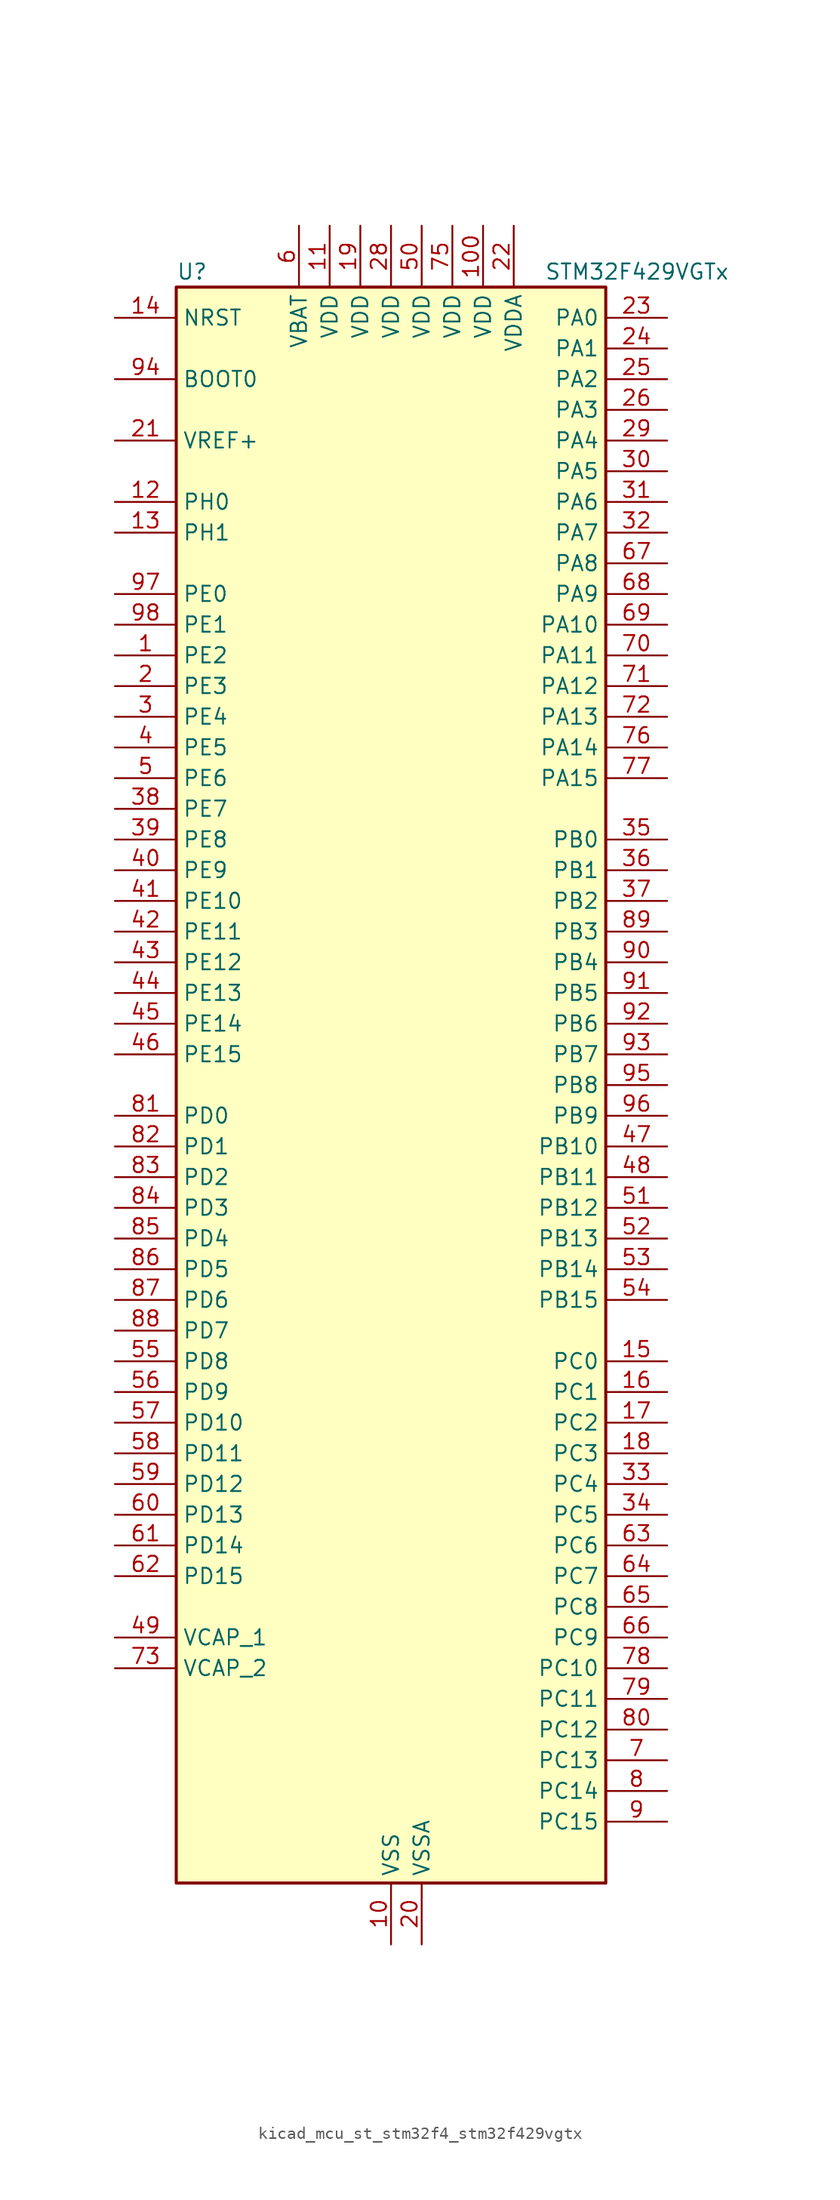
<source format=kicad_sym>
(kicad_symbol_lib
  (version 20220914)
  (generator kicad_symbol_editor)
  (symbol "kicad_mcu_st_stm32f4_stm32f429vgtx"
    (property "Reference" "U"
      (at -17.78 67.31 0)
      (effects (font (size 1.27 1.27)) (justify left)))
    (property "Value" "STM32F429VGTx"
      (at 12.7 67.31 0)
      (effects (font (size 1.27 1.27)) (justify left)))
    (property "ki_locked" ""
      (at 0 0 0)
      (effects (font (size 1.27 1.27))))
    (symbol "kicad_mcu_st_stm32f4_stm32f429vgtx_0_1"
      (rectangle (start -17.78 -66.04) (end 17.78 66.04) (stroke (width 0.254) (type default)) (fill (type background))))
    (symbol "kicad_mcu_st_stm32f4_stm32f429vgtx_1_1"
      (pin bidirectional line (at -22.86 35.56 0) (length 5.08) (name "PE2" (effects (font (size 1.27 1.27)))) (number "1" (effects (font (size 1.27 1.27)))) (alternate "ETH_TXD3" bidirectional line) (alternate "FMC_A23" bidirectional line) (alternate "SAI1_MCLK_A" bidirectional line) (alternate "SPI4_SCK" bidirectional line) (alternate "SYS_TRACECLK" bidirectional line))
      (pin power_in line (at 0 -71.12 90) (length 5.08) (name "VSS" (effects (font (size 1.27 1.27)))) (number "10" (effects (font (size 1.27 1.27)))))
      (pin power_in line (at 7.62 71.12 270) (length 5.08) (name "VDD" (effects (font (size 1.27 1.27)))) (number "100" (effects (font (size 1.27 1.27)))))
      (pin power_in line (at -5.08 71.12 270) (length 5.08) (name "VDD" (effects (font (size 1.27 1.27)))) (number "11" (effects (font (size 1.27 1.27)))))
      (pin bidirectional line (at -22.86 48.26 0) (length 5.08) (name "PH0" (effects (font (size 1.27 1.27)))) (number "12" (effects (font (size 1.27 1.27)))) (alternate "RCC_OSC_IN" bidirectional line))
      (pin bidirectional line (at -22.86 45.72 0) (length 5.08) (name "PH1" (effects (font (size 1.27 1.27)))) (number "13" (effects (font (size 1.27 1.27)))) (alternate "RCC_OSC_OUT" bidirectional line))
      (pin input line (at -22.86 63.5 0) (length 5.08) (name "NRST" (effects (font (size 1.27 1.27)))) (number "14" (effects (font (size 1.27 1.27)))))
      (pin bidirectional line (at 22.86 -22.86 180) (length 5.08) (name "PC0" (effects (font (size 1.27 1.27)))) (number "15" (effects (font (size 1.27 1.27)))) (alternate "ADC1_IN10" bidirectional line) (alternate "ADC2_IN10" bidirectional line) (alternate "ADC3_IN10" bidirectional line) (alternate "USB_OTG_HS_ULPI_STP" bidirectional line))
      (pin bidirectional line (at 22.86 -25.4 180) (length 5.08) (name "PC1" (effects (font (size 1.27 1.27)))) (number "16" (effects (font (size 1.27 1.27)))) (alternate "ADC1_IN11" bidirectional line) (alternate "ADC2_IN11" bidirectional line) (alternate "ADC3_IN11" bidirectional line) (alternate "ETH_MDC" bidirectional line))
      (pin bidirectional line (at 22.86 -27.94 180) (length 5.08) (name "PC2" (effects (font (size 1.27 1.27)))) (number "17" (effects (font (size 1.27 1.27)))) (alternate "ADC1_IN12" bidirectional line) (alternate "ADC2_IN12" bidirectional line) (alternate "ADC3_IN12" bidirectional line) (alternate "ETH_TXD2" bidirectional line) (alternate "I2S2_ext_SD" bidirectional line) (alternate "SPI2_MISO" bidirectional line) (alternate "USB_OTG_HS_ULPI_DIR" bidirectional line))
      (pin bidirectional line (at 22.86 -30.48 180) (length 5.08) (name "PC3" (effects (font (size 1.27 1.27)))) (number "18" (effects (font (size 1.27 1.27)))) (alternate "ADC1_IN13" bidirectional line) (alternate "ADC2_IN13" bidirectional line) (alternate "ADC3_IN13" bidirectional line) (alternate "ETH_TX_CLK" bidirectional line) (alternate "I2S2_SD" bidirectional line) (alternate "SPI2_MOSI" bidirectional line) (alternate "USB_OTG_HS_ULPI_NXT" bidirectional line))
      (pin power_in line (at -2.54 71.12 270) (length 5.08) (name "VDD" (effects (font (size 1.27 1.27)))) (number "19" (effects (font (size 1.27 1.27)))))
      (pin bidirectional line (at -22.86 33.02 0) (length 5.08) (name "PE3" (effects (font (size 1.27 1.27)))) (number "2" (effects (font (size 1.27 1.27)))) (alternate "FMC_A19" bidirectional line) (alternate "SAI1_SD_B" bidirectional line) (alternate "SYS_TRACED0" bidirectional line))
      (pin power_in line (at 2.54 -71.12 90) (length 5.08) (name "VSSA" (effects (font (size 1.27 1.27)))) (number "20" (effects (font (size 1.27 1.27)))))
      (pin input line (at -22.86 53.34 0) (length 5.08) (name "VREF+" (effects (font (size 1.27 1.27)))) (number "21" (effects (font (size 1.27 1.27)))))
      (pin power_in line (at 10.16 71.12 270) (length 5.08) (name "VDDA" (effects (font (size 1.27 1.27)))) (number "22" (effects (font (size 1.27 1.27)))))
      (pin bidirectional line (at 22.86 63.5 180) (length 5.08) (name "PA0" (effects (font (size 1.27 1.27)))) (number "23" (effects (font (size 1.27 1.27)))) (alternate "ADC1_IN0" bidirectional line) (alternate "ADC2_IN0" bidirectional line) (alternate "ADC3_IN0" bidirectional line) (alternate "ETH_CRS" bidirectional line) (alternate "SYS_WKUP" bidirectional line) (alternate "TIM2_CH1" bidirectional line) (alternate "TIM2_ETR" bidirectional line) (alternate "TIM5_CH1" bidirectional line) (alternate "TIM8_ETR" bidirectional line) (alternate "UART4_TX" bidirectional line) (alternate "USART2_CTS" bidirectional line))
      (pin bidirectional line (at 22.86 60.96 180) (length 5.08) (name "PA1" (effects (font (size 1.27 1.27)))) (number "24" (effects (font (size 1.27 1.27)))) (alternate "ADC1_IN1" bidirectional line) (alternate "ADC2_IN1" bidirectional line) (alternate "ADC3_IN1" bidirectional line) (alternate "ETH_REF_CLK" bidirectional line) (alternate "ETH_RX_CLK" bidirectional line) (alternate "TIM2_CH2" bidirectional line) (alternate "TIM5_CH2" bidirectional line) (alternate "UART4_RX" bidirectional line) (alternate "USART2_RTS" bidirectional line))
      (pin bidirectional line (at 22.86 58.42 180) (length 5.08) (name "PA2" (effects (font (size 1.27 1.27)))) (number "25" (effects (font (size 1.27 1.27)))) (alternate "ADC1_IN2" bidirectional line) (alternate "ADC2_IN2" bidirectional line) (alternate "ADC3_IN2" bidirectional line) (alternate "ETH_MDIO" bidirectional line) (alternate "TIM2_CH3" bidirectional line) (alternate "TIM5_CH3" bidirectional line) (alternate "TIM9_CH1" bidirectional line) (alternate "USART2_TX" bidirectional line))
      (pin bidirectional line (at 22.86 55.88 180) (length 5.08) (name "PA3" (effects (font (size 1.27 1.27)))) (number "26" (effects (font (size 1.27 1.27)))) (alternate "ADC1_IN3" bidirectional line) (alternate "ADC2_IN3" bidirectional line) (alternate "ADC3_IN3" bidirectional line) (alternate "ETH_COL" bidirectional line) (alternate "LTDC_B5" bidirectional line) (alternate "TIM2_CH4" bidirectional line) (alternate "TIM5_CH4" bidirectional line) (alternate "TIM9_CH2" bidirectional line) (alternate "USART2_RX" bidirectional line) (alternate "USB_OTG_HS_ULPI_D0" bidirectional line))
      (pin passive line (at 0 -71.12 90) (length 5.08) hide (name "VSS" (effects (font (size 1.27 1.27)))) (number "27" (effects (font (size 1.27 1.27)))))
      (pin power_in line (at 0 71.12 270) (length 5.08) (name "VDD" (effects (font (size 1.27 1.27)))) (number "28" (effects (font (size 1.27 1.27)))))
      (pin bidirectional line (at 22.86 53.34 180) (length 5.08) (name "PA4" (effects (font (size 1.27 1.27)))) (number "29" (effects (font (size 1.27 1.27)))) (alternate "ADC1_IN4" bidirectional line) (alternate "ADC2_IN4" bidirectional line) (alternate "DAC_OUT1" bidirectional line) (alternate "DCMI_HSYNC" bidirectional line) (alternate "I2S3_WS" bidirectional line) (alternate "LTDC_VSYNC" bidirectional line) (alternate "SPI1_NSS" bidirectional line) (alternate "SPI3_NSS" bidirectional line) (alternate "USART2_CK" bidirectional line) (alternate "USB_OTG_HS_SOF" bidirectional line))
      (pin bidirectional line (at -22.86 30.48 0) (length 5.08) (name "PE4" (effects (font (size 1.27 1.27)))) (number "3" (effects (font (size 1.27 1.27)))) (alternate "DCMI_D4" bidirectional line) (alternate "FMC_A20" bidirectional line) (alternate "LTDC_B0" bidirectional line) (alternate "SAI1_FS_A" bidirectional line) (alternate "SPI4_NSS" bidirectional line) (alternate "SYS_TRACED1" bidirectional line))
      (pin bidirectional line (at 22.86 50.8 180) (length 5.08) (name "PA5" (effects (font (size 1.27 1.27)))) (number "30" (effects (font (size 1.27 1.27)))) (alternate "ADC1_IN5" bidirectional line) (alternate "ADC2_IN5" bidirectional line) (alternate "DAC_OUT2" bidirectional line) (alternate "SPI1_SCK" bidirectional line) (alternate "TIM2_CH1" bidirectional line) (alternate "TIM2_ETR" bidirectional line) (alternate "TIM8_CH1N" bidirectional line) (alternate "USB_OTG_HS_ULPI_CK" bidirectional line))
      (pin bidirectional line (at 22.86 48.26 180) (length 5.08) (name "PA6" (effects (font (size 1.27 1.27)))) (number "31" (effects (font (size 1.27 1.27)))) (alternate "ADC1_IN6" bidirectional line) (alternate "ADC2_IN6" bidirectional line) (alternate "DCMI_PIXCLK" bidirectional line) (alternate "LTDC_G2" bidirectional line) (alternate "SPI1_MISO" bidirectional line) (alternate "TIM13_CH1" bidirectional line) (alternate "TIM1_BKIN" bidirectional line) (alternate "TIM3_CH1" bidirectional line) (alternate "TIM8_BKIN" bidirectional line))
      (pin bidirectional line (at 22.86 45.72 180) (length 5.08) (name "PA7" (effects (font (size 1.27 1.27)))) (number "32" (effects (font (size 1.27 1.27)))) (alternate "ADC1_IN7" bidirectional line) (alternate "ADC2_IN7" bidirectional line) (alternate "ETH_CRS_DV" bidirectional line) (alternate "ETH_RX_DV" bidirectional line) (alternate "SPI1_MOSI" bidirectional line) (alternate "TIM14_CH1" bidirectional line) (alternate "TIM1_CH1N" bidirectional line) (alternate "TIM3_CH2" bidirectional line) (alternate "TIM8_CH1N" bidirectional line))
      (pin bidirectional line (at 22.86 -33.02 180) (length 5.08) (name "PC4" (effects (font (size 1.27 1.27)))) (number "33" (effects (font (size 1.27 1.27)))) (alternate "ADC1_IN14" bidirectional line) (alternate "ADC2_IN14" bidirectional line) (alternate "ETH_RXD0" bidirectional line))
      (pin bidirectional line (at 22.86 -35.56 180) (length 5.08) (name "PC5" (effects (font (size 1.27 1.27)))) (number "34" (effects (font (size 1.27 1.27)))) (alternate "ADC1_IN15" bidirectional line) (alternate "ADC2_IN15" bidirectional line) (alternate "ETH_RXD1" bidirectional line))
      (pin bidirectional line (at 22.86 20.32 180) (length 5.08) (name "PB0" (effects (font (size 1.27 1.27)))) (number "35" (effects (font (size 1.27 1.27)))) (alternate "ADC1_IN8" bidirectional line) (alternate "ADC2_IN8" bidirectional line) (alternate "ETH_RXD2" bidirectional line) (alternate "LTDC_R3" bidirectional line) (alternate "TIM1_CH2N" bidirectional line) (alternate "TIM3_CH3" bidirectional line) (alternate "TIM8_CH2N" bidirectional line) (alternate "USB_OTG_HS_ULPI_D1" bidirectional line))
      (pin bidirectional line (at 22.86 17.78 180) (length 5.08) (name "PB1" (effects (font (size 1.27 1.27)))) (number "36" (effects (font (size 1.27 1.27)))) (alternate "ADC1_IN9" bidirectional line) (alternate "ADC2_IN9" bidirectional line) (alternate "ETH_RXD3" bidirectional line) (alternate "LTDC_R6" bidirectional line) (alternate "TIM1_CH3N" bidirectional line) (alternate "TIM3_CH4" bidirectional line) (alternate "TIM8_CH3N" bidirectional line) (alternate "USB_OTG_HS_ULPI_D2" bidirectional line))
      (pin bidirectional line (at 22.86 15.24 180) (length 5.08) (name "PB2" (effects (font (size 1.27 1.27)))) (number "37" (effects (font (size 1.27 1.27)))))
      (pin bidirectional line (at -22.86 22.86 0) (length 5.08) (name "PE7" (effects (font (size 1.27 1.27)))) (number "38" (effects (font (size 1.27 1.27)))) (alternate "FMC_D4" bidirectional line) (alternate "FMC_DA4" bidirectional line) (alternate "TIM1_ETR" bidirectional line) (alternate "UART7_RX" bidirectional line))
      (pin bidirectional line (at -22.86 20.32 0) (length 5.08) (name "PE8" (effects (font (size 1.27 1.27)))) (number "39" (effects (font (size 1.27 1.27)))) (alternate "FMC_D5" bidirectional line) (alternate "FMC_DA5" bidirectional line) (alternate "TIM1_CH1N" bidirectional line) (alternate "UART7_TX" bidirectional line))
      (pin bidirectional line (at -22.86 27.94 0) (length 5.08) (name "PE5" (effects (font (size 1.27 1.27)))) (number "4" (effects (font (size 1.27 1.27)))) (alternate "DCMI_D6" bidirectional line) (alternate "FMC_A21" bidirectional line) (alternate "LTDC_G0" bidirectional line) (alternate "SAI1_SCK_A" bidirectional line) (alternate "SPI4_MISO" bidirectional line) (alternate "SYS_TRACED2" bidirectional line) (alternate "TIM9_CH1" bidirectional line))
      (pin bidirectional line (at -22.86 17.78 0) (length 5.08) (name "PE9" (effects (font (size 1.27 1.27)))) (number "40" (effects (font (size 1.27 1.27)))) (alternate "DAC_EXTI9" bidirectional line) (alternate "FMC_D6" bidirectional line) (alternate "FMC_DA6" bidirectional line) (alternate "TIM1_CH1" bidirectional line))
      (pin bidirectional line (at -22.86 15.24 0) (length 5.08) (name "PE10" (effects (font (size 1.27 1.27)))) (number "41" (effects (font (size 1.27 1.27)))) (alternate "FMC_D7" bidirectional line) (alternate "FMC_DA7" bidirectional line) (alternate "TIM1_CH2N" bidirectional line))
      (pin bidirectional line (at -22.86 12.7 0) (length 5.08) (name "PE11" (effects (font (size 1.27 1.27)))) (number "42" (effects (font (size 1.27 1.27)))) (alternate "ADC1_EXTI11" bidirectional line) (alternate "ADC2_EXTI11" bidirectional line) (alternate "ADC3_EXTI11" bidirectional line) (alternate "FMC_D8" bidirectional line) (alternate "FMC_DA8" bidirectional line) (alternate "LTDC_G3" bidirectional line) (alternate "SPI4_NSS" bidirectional line) (alternate "TIM1_CH2" bidirectional line))
      (pin bidirectional line (at -22.86 10.16 0) (length 5.08) (name "PE12" (effects (font (size 1.27 1.27)))) (number "43" (effects (font (size 1.27 1.27)))) (alternate "FMC_D9" bidirectional line) (alternate "FMC_DA9" bidirectional line) (alternate "LTDC_B4" bidirectional line) (alternate "SPI4_SCK" bidirectional line) (alternate "TIM1_CH3N" bidirectional line))
      (pin bidirectional line (at -22.86 7.62 0) (length 5.08) (name "PE13" (effects (font (size 1.27 1.27)))) (number "44" (effects (font (size 1.27 1.27)))) (alternate "FMC_D10" bidirectional line) (alternate "FMC_DA10" bidirectional line) (alternate "LTDC_DE" bidirectional line) (alternate "SPI4_MISO" bidirectional line) (alternate "TIM1_CH3" bidirectional line))
      (pin bidirectional line (at -22.86 5.08 0) (length 5.08) (name "PE14" (effects (font (size 1.27 1.27)))) (number "45" (effects (font (size 1.27 1.27)))) (alternate "FMC_D11" bidirectional line) (alternate "FMC_DA11" bidirectional line) (alternate "LTDC_CLK" bidirectional line) (alternate "SPI4_MOSI" bidirectional line) (alternate "TIM1_CH4" bidirectional line))
      (pin bidirectional line (at -22.86 2.54 0) (length 5.08) (name "PE15" (effects (font (size 1.27 1.27)))) (number "46" (effects (font (size 1.27 1.27)))) (alternate "ADC1_EXTI15" bidirectional line) (alternate "ADC2_EXTI15" bidirectional line) (alternate "ADC3_EXTI15" bidirectional line) (alternate "FMC_D12" bidirectional line) (alternate "FMC_DA12" bidirectional line) (alternate "LTDC_R7" bidirectional line) (alternate "TIM1_BKIN" bidirectional line))
      (pin bidirectional line (at 22.86 -5.08 180) (length 5.08) (name "PB10" (effects (font (size 1.27 1.27)))) (number "47" (effects (font (size 1.27 1.27)))) (alternate "ETH_RX_ER" bidirectional line) (alternate "I2C2_SCL" bidirectional line) (alternate "I2S2_CK" bidirectional line) (alternate "LTDC_G4" bidirectional line) (alternate "SPI2_SCK" bidirectional line) (alternate "TIM2_CH3" bidirectional line) (alternate "USART3_TX" bidirectional line) (alternate "USB_OTG_HS_ULPI_D3" bidirectional line))
      (pin bidirectional line (at 22.86 -7.62 180) (length 5.08) (name "PB11" (effects (font (size 1.27 1.27)))) (number "48" (effects (font (size 1.27 1.27)))) (alternate "ADC1_EXTI11" bidirectional line) (alternate "ADC2_EXTI11" bidirectional line) (alternate "ADC3_EXTI11" bidirectional line) (alternate "ETH_TX_EN" bidirectional line) (alternate "I2C2_SDA" bidirectional line) (alternate "LTDC_G5" bidirectional line) (alternate "TIM2_CH4" bidirectional line) (alternate "USART3_RX" bidirectional line) (alternate "USB_OTG_HS_ULPI_D4" bidirectional line))
      (pin power_out line (at -22.86 -45.72 0) (length 5.08) (name "VCAP_1" (effects (font (size 1.27 1.27)))) (number "49" (effects (font (size 1.27 1.27)))))
      (pin bidirectional line (at -22.86 25.4 0) (length 5.08) (name "PE6" (effects (font (size 1.27 1.27)))) (number "5" (effects (font (size 1.27 1.27)))) (alternate "DCMI_D7" bidirectional line) (alternate "FMC_A22" bidirectional line) (alternate "LTDC_G1" bidirectional line) (alternate "SAI1_SD_A" bidirectional line) (alternate "SPI4_MOSI" bidirectional line) (alternate "SYS_TRACED3" bidirectional line) (alternate "TIM9_CH2" bidirectional line))
      (pin power_in line (at 2.54 71.12 270) (length 5.08) (name "VDD" (effects (font (size 1.27 1.27)))) (number "50" (effects (font (size 1.27 1.27)))))
      (pin bidirectional line (at 22.86 -10.16 180) (length 5.08) (name "PB12" (effects (font (size 1.27 1.27)))) (number "51" (effects (font (size 1.27 1.27)))) (alternate "CAN2_RX" bidirectional line) (alternate "ETH_TXD0" bidirectional line) (alternate "I2C2_SMBA" bidirectional line) (alternate "I2S2_WS" bidirectional line) (alternate "SPI2_NSS" bidirectional line) (alternate "TIM1_BKIN" bidirectional line) (alternate "USART3_CK" bidirectional line) (alternate "USB_OTG_HS_ID" bidirectional line) (alternate "USB_OTG_HS_ULPI_D5" bidirectional line))
      (pin bidirectional line (at 22.86 -12.7 180) (length 5.08) (name "PB13" (effects (font (size 1.27 1.27)))) (number "52" (effects (font (size 1.27 1.27)))) (alternate "CAN2_TX" bidirectional line) (alternate "ETH_TXD1" bidirectional line) (alternate "I2S2_CK" bidirectional line) (alternate "SPI2_SCK" bidirectional line) (alternate "TIM1_CH1N" bidirectional line) (alternate "USART3_CTS" bidirectional line) (alternate "USB_OTG_HS_ULPI_D6" bidirectional line) (alternate "USB_OTG_HS_VBUS" bidirectional line))
      (pin bidirectional line (at 22.86 -15.24 180) (length 5.08) (name "PB14" (effects (font (size 1.27 1.27)))) (number "53" (effects (font (size 1.27 1.27)))) (alternate "I2S2_ext_SD" bidirectional line) (alternate "SPI2_MISO" bidirectional line) (alternate "TIM12_CH1" bidirectional line) (alternate "TIM1_CH2N" bidirectional line) (alternate "TIM8_CH2N" bidirectional line) (alternate "USART3_RTS" bidirectional line) (alternate "USB_OTG_HS_DM" bidirectional line))
      (pin bidirectional line (at 22.86 -17.78 180) (length 5.08) (name "PB15" (effects (font (size 1.27 1.27)))) (number "54" (effects (font (size 1.27 1.27)))) (alternate "ADC1_EXTI15" bidirectional line) (alternate "ADC2_EXTI15" bidirectional line) (alternate "ADC3_EXTI15" bidirectional line) (alternate "I2S2_SD" bidirectional line) (alternate "RTC_REFIN" bidirectional line) (alternate "SPI2_MOSI" bidirectional line) (alternate "TIM12_CH2" bidirectional line) (alternate "TIM1_CH3N" bidirectional line) (alternate "TIM8_CH3N" bidirectional line) (alternate "USB_OTG_HS_DP" bidirectional line))
      (pin bidirectional line (at -22.86 -22.86 0) (length 5.08) (name "PD8" (effects (font (size 1.27 1.27)))) (number "55" (effects (font (size 1.27 1.27)))) (alternate "FMC_D13" bidirectional line) (alternate "FMC_DA13" bidirectional line) (alternate "USART3_TX" bidirectional line))
      (pin bidirectional line (at -22.86 -25.4 0) (length 5.08) (name "PD9" (effects (font (size 1.27 1.27)))) (number "56" (effects (font (size 1.27 1.27)))) (alternate "DAC_EXTI9" bidirectional line) (alternate "FMC_D14" bidirectional line) (alternate "FMC_DA14" bidirectional line) (alternate "USART3_RX" bidirectional line))
      (pin bidirectional line (at -22.86 -27.94 0) (length 5.08) (name "PD10" (effects (font (size 1.27 1.27)))) (number "57" (effects (font (size 1.27 1.27)))) (alternate "FMC_D15" bidirectional line) (alternate "FMC_DA15" bidirectional line) (alternate "LTDC_B3" bidirectional line) (alternate "USART3_CK" bidirectional line))
      (pin bidirectional line (at -22.86 -30.48 0) (length 5.08) (name "PD11" (effects (font (size 1.27 1.27)))) (number "58" (effects (font (size 1.27 1.27)))) (alternate "ADC1_EXTI11" bidirectional line) (alternate "ADC2_EXTI11" bidirectional line) (alternate "ADC3_EXTI11" bidirectional line) (alternate "FMC_A16" bidirectional line) (alternate "FMC_CLE" bidirectional line) (alternate "USART3_CTS" bidirectional line))
      (pin bidirectional line (at -22.86 -33.02 0) (length 5.08) (name "PD12" (effects (font (size 1.27 1.27)))) (number "59" (effects (font (size 1.27 1.27)))) (alternate "FMC_A17" bidirectional line) (alternate "FMC_ALE" bidirectional line) (alternate "TIM4_CH1" bidirectional line) (alternate "USART3_RTS" bidirectional line))
      (pin power_in line (at -7.62 71.12 270) (length 5.08) (name "VBAT" (effects (font (size 1.27 1.27)))) (number "6" (effects (font (size 1.27 1.27)))))
      (pin bidirectional line (at -22.86 -35.56 0) (length 5.08) (name "PD13" (effects (font (size 1.27 1.27)))) (number "60" (effects (font (size 1.27 1.27)))) (alternate "FMC_A18" bidirectional line) (alternate "TIM4_CH2" bidirectional line))
      (pin bidirectional line (at -22.86 -38.1 0) (length 5.08) (name "PD14" (effects (font (size 1.27 1.27)))) (number "61" (effects (font (size 1.27 1.27)))) (alternate "FMC_D0" bidirectional line) (alternate "FMC_DA0" bidirectional line) (alternate "TIM4_CH3" bidirectional line))
      (pin bidirectional line (at -22.86 -40.64 0) (length 5.08) (name "PD15" (effects (font (size 1.27 1.27)))) (number "62" (effects (font (size 1.27 1.27)))) (alternate "ADC1_EXTI15" bidirectional line) (alternate "ADC2_EXTI15" bidirectional line) (alternate "ADC3_EXTI15" bidirectional line) (alternate "FMC_D1" bidirectional line) (alternate "FMC_DA1" bidirectional line) (alternate "TIM4_CH4" bidirectional line))
      (pin bidirectional line (at 22.86 -38.1 180) (length 5.08) (name "PC6" (effects (font (size 1.27 1.27)))) (number "63" (effects (font (size 1.27 1.27)))) (alternate "DCMI_D0" bidirectional line) (alternate "I2S2_MCK" bidirectional line) (alternate "LTDC_HSYNC" bidirectional line) (alternate "SDIO_D6" bidirectional line) (alternate "TIM3_CH1" bidirectional line) (alternate "TIM8_CH1" bidirectional line) (alternate "USART6_TX" bidirectional line))
      (pin bidirectional line (at 22.86 -40.64 180) (length 5.08) (name "PC7" (effects (font (size 1.27 1.27)))) (number "64" (effects (font (size 1.27 1.27)))) (alternate "DCMI_D1" bidirectional line) (alternate "I2S3_MCK" bidirectional line) (alternate "LTDC_G6" bidirectional line) (alternate "SDIO_D7" bidirectional line) (alternate "TIM3_CH2" bidirectional line) (alternate "TIM8_CH2" bidirectional line) (alternate "USART6_RX" bidirectional line))
      (pin bidirectional line (at 22.86 -43.18 180) (length 5.08) (name "PC8" (effects (font (size 1.27 1.27)))) (number "65" (effects (font (size 1.27 1.27)))) (alternate "DCMI_D2" bidirectional line) (alternate "SDIO_D0" bidirectional line) (alternate "TIM3_CH3" bidirectional line) (alternate "TIM8_CH3" bidirectional line) (alternate "USART6_CK" bidirectional line))
      (pin bidirectional line (at 22.86 -45.72 180) (length 5.08) (name "PC9" (effects (font (size 1.27 1.27)))) (number "66" (effects (font (size 1.27 1.27)))) (alternate "DAC_EXTI9" bidirectional line) (alternate "DCMI_D3" bidirectional line) (alternate "I2C3_SDA" bidirectional line) (alternate "I2S_CKIN" bidirectional line) (alternate "RCC_MCO_2" bidirectional line) (alternate "SDIO_D1" bidirectional line) (alternate "TIM3_CH4" bidirectional line) (alternate "TIM8_CH4" bidirectional line))
      (pin bidirectional line (at 22.86 43.18 180) (length 5.08) (name "PA8" (effects (font (size 1.27 1.27)))) (number "67" (effects (font (size 1.27 1.27)))) (alternate "I2C3_SCL" bidirectional line) (alternate "LTDC_R6" bidirectional line) (alternate "RCC_MCO_1" bidirectional line) (alternate "TIM1_CH1" bidirectional line) (alternate "USART1_CK" bidirectional line) (alternate "USB_OTG_FS_SOF" bidirectional line))
      (pin bidirectional line (at 22.86 40.64 180) (length 5.08) (name "PA9" (effects (font (size 1.27 1.27)))) (number "68" (effects (font (size 1.27 1.27)))) (alternate "DAC_EXTI9" bidirectional line) (alternate "DCMI_D0" bidirectional line) (alternate "I2C3_SMBA" bidirectional line) (alternate "TIM1_CH2" bidirectional line) (alternate "USART1_TX" bidirectional line) (alternate "USB_OTG_FS_VBUS" bidirectional line))
      (pin bidirectional line (at 22.86 38.1 180) (length 5.08) (name "PA10" (effects (font (size 1.27 1.27)))) (number "69" (effects (font (size 1.27 1.27)))) (alternate "DCMI_D1" bidirectional line) (alternate "TIM1_CH3" bidirectional line) (alternate "USART1_RX" bidirectional line) (alternate "USB_OTG_FS_ID" bidirectional line))
      (pin bidirectional line (at 22.86 -55.88 180) (length 5.08) (name "PC13" (effects (font (size 1.27 1.27)))) (number "7" (effects (font (size 1.27 1.27)))) (alternate "RTC_AF1" bidirectional line))
      (pin bidirectional line (at 22.86 35.56 180) (length 5.08) (name "PA11" (effects (font (size 1.27 1.27)))) (number "70" (effects (font (size 1.27 1.27)))) (alternate "ADC1_EXTI11" bidirectional line) (alternate "ADC2_EXTI11" bidirectional line) (alternate "ADC3_EXTI11" bidirectional line) (alternate "CAN1_RX" bidirectional line) (alternate "LTDC_R4" bidirectional line) (alternate "TIM1_CH4" bidirectional line) (alternate "USART1_CTS" bidirectional line) (alternate "USB_OTG_FS_DM" bidirectional line))
      (pin bidirectional line (at 22.86 33.02 180) (length 5.08) (name "PA12" (effects (font (size 1.27 1.27)))) (number "71" (effects (font (size 1.27 1.27)))) (alternate "CAN1_TX" bidirectional line) (alternate "LTDC_R5" bidirectional line) (alternate "TIM1_ETR" bidirectional line) (alternate "USART1_RTS" bidirectional line) (alternate "USB_OTG_FS_DP" bidirectional line))
      (pin bidirectional line (at 22.86 30.48 180) (length 5.08) (name "PA13" (effects (font (size 1.27 1.27)))) (number "72" (effects (font (size 1.27 1.27)))) (alternate "SYS_JTMS-SWDIO" bidirectional line))
      (pin power_out line (at -22.86 -48.26 0) (length 5.08) (name "VCAP_2" (effects (font (size 1.27 1.27)))) (number "73" (effects (font (size 1.27 1.27)))))
      (pin passive line (at 0 -71.12 90) (length 5.08) hide (name "VSS" (effects (font (size 1.27 1.27)))) (number "74" (effects (font (size 1.27 1.27)))))
      (pin power_in line (at 5.08 71.12 270) (length 5.08) (name "VDD" (effects (font (size 1.27 1.27)))) (number "75" (effects (font (size 1.27 1.27)))))
      (pin bidirectional line (at 22.86 27.94 180) (length 5.08) (name "PA14" (effects (font (size 1.27 1.27)))) (number "76" (effects (font (size 1.27 1.27)))) (alternate "SYS_JTCK-SWCLK" bidirectional line))
      (pin bidirectional line (at 22.86 25.4 180) (length 5.08) (name "PA15" (effects (font (size 1.27 1.27)))) (number "77" (effects (font (size 1.27 1.27)))) (alternate "ADC1_EXTI15" bidirectional line) (alternate "ADC2_EXTI15" bidirectional line) (alternate "ADC3_EXTI15" bidirectional line) (alternate "I2S3_WS" bidirectional line) (alternate "SPI1_NSS" bidirectional line) (alternate "SPI3_NSS" bidirectional line) (alternate "SYS_JTDI" bidirectional line) (alternate "TIM2_CH1" bidirectional line) (alternate "TIM2_ETR" bidirectional line))
      (pin bidirectional line (at 22.86 -48.26 180) (length 5.08) (name "PC10" (effects (font (size 1.27 1.27)))) (number "78" (effects (font (size 1.27 1.27)))) (alternate "DCMI_D8" bidirectional line) (alternate "I2S3_CK" bidirectional line) (alternate "LTDC_R2" bidirectional line) (alternate "SDIO_D2" bidirectional line) (alternate "SPI3_SCK" bidirectional line) (alternate "UART4_TX" bidirectional line) (alternate "USART3_TX" bidirectional line))
      (pin bidirectional line (at 22.86 -50.8 180) (length 5.08) (name "PC11" (effects (font (size 1.27 1.27)))) (number "79" (effects (font (size 1.27 1.27)))) (alternate "ADC1_EXTI11" bidirectional line) (alternate "ADC2_EXTI11" bidirectional line) (alternate "ADC3_EXTI11" bidirectional line) (alternate "DCMI_D4" bidirectional line) (alternate "I2S3_ext_SD" bidirectional line) (alternate "SDIO_D3" bidirectional line) (alternate "SPI3_MISO" bidirectional line) (alternate "UART4_RX" bidirectional line) (alternate "USART3_RX" bidirectional line))
      (pin bidirectional line (at 22.86 -58.42 180) (length 5.08) (name "PC14" (effects (font (size 1.27 1.27)))) (number "8" (effects (font (size 1.27 1.27)))) (alternate "RCC_OSC32_IN" bidirectional line))
      (pin bidirectional line (at 22.86 -53.34 180) (length 5.08) (name "PC12" (effects (font (size 1.27 1.27)))) (number "80" (effects (font (size 1.27 1.27)))) (alternate "DCMI_D9" bidirectional line) (alternate "I2S3_SD" bidirectional line) (alternate "SDIO_CK" bidirectional line) (alternate "SPI3_MOSI" bidirectional line) (alternate "UART5_TX" bidirectional line) (alternate "USART3_CK" bidirectional line))
      (pin bidirectional line (at -22.86 -2.54 0) (length 5.08) (name "PD0" (effects (font (size 1.27 1.27)))) (number "81" (effects (font (size 1.27 1.27)))) (alternate "CAN1_RX" bidirectional line) (alternate "FMC_D2" bidirectional line) (alternate "FMC_DA2" bidirectional line))
      (pin bidirectional line (at -22.86 -5.08 0) (length 5.08) (name "PD1" (effects (font (size 1.27 1.27)))) (number "82" (effects (font (size 1.27 1.27)))) (alternate "CAN1_TX" bidirectional line) (alternate "FMC_D3" bidirectional line) (alternate "FMC_DA3" bidirectional line))
      (pin bidirectional line (at -22.86 -7.62 0) (length 5.08) (name "PD2" (effects (font (size 1.27 1.27)))) (number "83" (effects (font (size 1.27 1.27)))) (alternate "DCMI_D11" bidirectional line) (alternate "SDIO_CMD" bidirectional line) (alternate "TIM3_ETR" bidirectional line) (alternate "UART5_RX" bidirectional line))
      (pin bidirectional line (at -22.86 -10.16 0) (length 5.08) (name "PD3" (effects (font (size 1.27 1.27)))) (number "84" (effects (font (size 1.27 1.27)))) (alternate "DCMI_D5" bidirectional line) (alternate "FMC_CLK" bidirectional line) (alternate "I2S2_CK" bidirectional line) (alternate "LTDC_G7" bidirectional line) (alternate "SPI2_SCK" bidirectional line) (alternate "USART2_CTS" bidirectional line))
      (pin bidirectional line (at -22.86 -12.7 0) (length 5.08) (name "PD4" (effects (font (size 1.27 1.27)))) (number "85" (effects (font (size 1.27 1.27)))) (alternate "FMC_NOE" bidirectional line) (alternate "USART2_RTS" bidirectional line))
      (pin bidirectional line (at -22.86 -15.24 0) (length 5.08) (name "PD5" (effects (font (size 1.27 1.27)))) (number "86" (effects (font (size 1.27 1.27)))) (alternate "FMC_NWE" bidirectional line) (alternate "USART2_TX" bidirectional line))
      (pin bidirectional line (at -22.86 -17.78 0) (length 5.08) (name "PD6" (effects (font (size 1.27 1.27)))) (number "87" (effects (font (size 1.27 1.27)))) (alternate "DCMI_D10" bidirectional line) (alternate "FMC_NWAIT" bidirectional line) (alternate "I2S3_SD" bidirectional line) (alternate "LTDC_B2" bidirectional line) (alternate "SAI1_SD_A" bidirectional line) (alternate "SPI3_MOSI" bidirectional line) (alternate "USART2_RX" bidirectional line))
      (pin bidirectional line (at -22.86 -20.32 0) (length 5.08) (name "PD7" (effects (font (size 1.27 1.27)))) (number "88" (effects (font (size 1.27 1.27)))) (alternate "FMC_NCE2" bidirectional line) (alternate "FMC_NE1" bidirectional line) (alternate "USART2_CK" bidirectional line))
      (pin bidirectional line (at 22.86 12.7 180) (length 5.08) (name "PB3" (effects (font (size 1.27 1.27)))) (number "89" (effects (font (size 1.27 1.27)))) (alternate "I2S3_CK" bidirectional line) (alternate "SPI1_SCK" bidirectional line) (alternate "SPI3_SCK" bidirectional line) (alternate "SYS_JTDO-SWO" bidirectional line) (alternate "TIM2_CH2" bidirectional line))
      (pin bidirectional line (at 22.86 -60.96 180) (length 5.08) (name "PC15" (effects (font (size 1.27 1.27)))) (number "9" (effects (font (size 1.27 1.27)))) (alternate "ADC1_EXTI15" bidirectional line) (alternate "ADC2_EXTI15" bidirectional line) (alternate "ADC3_EXTI15" bidirectional line) (alternate "RCC_OSC32_OUT" bidirectional line))
      (pin bidirectional line (at 22.86 10.16 180) (length 5.08) (name "PB4" (effects (font (size 1.27 1.27)))) (number "90" (effects (font (size 1.27 1.27)))) (alternate "I2S3_ext_SD" bidirectional line) (alternate "SPI1_MISO" bidirectional line) (alternate "SPI3_MISO" bidirectional line) (alternate "SYS_JTRST" bidirectional line) (alternate "TIM3_CH1" bidirectional line))
      (pin bidirectional line (at 22.86 7.62 180) (length 5.08) (name "PB5" (effects (font (size 1.27 1.27)))) (number "91" (effects (font (size 1.27 1.27)))) (alternate "CAN2_RX" bidirectional line) (alternate "DCMI_D10" bidirectional line) (alternate "ETH_PPS_OUT" bidirectional line) (alternate "I2C1_SMBA" bidirectional line) (alternate "I2S3_SD" bidirectional line) (alternate "SPI1_MOSI" bidirectional line) (alternate "SPI3_MOSI" bidirectional line) (alternate "TIM3_CH2" bidirectional line) (alternate "USB_OTG_HS_ULPI_D7" bidirectional line))
      (pin bidirectional line (at 22.86 5.08 180) (length 5.08) (name "PB6" (effects (font (size 1.27 1.27)))) (number "92" (effects (font (size 1.27 1.27)))) (alternate "CAN2_TX" bidirectional line) (alternate "DCMI_D5" bidirectional line) (alternate "I2C1_SCL" bidirectional line) (alternate "TIM4_CH1" bidirectional line) (alternate "USART1_TX" bidirectional line))
      (pin bidirectional line (at 22.86 2.54 180) (length 5.08) (name "PB7" (effects (font (size 1.27 1.27)))) (number "93" (effects (font (size 1.27 1.27)))) (alternate "DCMI_VSYNC" bidirectional line) (alternate "FMC_NL" bidirectional line) (alternate "I2C1_SDA" bidirectional line) (alternate "TIM4_CH2" bidirectional line) (alternate "USART1_RX" bidirectional line))
      (pin input line (at -22.86 58.42 0) (length 5.08) (name "BOOT0" (effects (font (size 1.27 1.27)))) (number "94" (effects (font (size 1.27 1.27)))))
      (pin bidirectional line (at 22.86 0 180) (length 5.08) (name "PB8" (effects (font (size 1.27 1.27)))) (number "95" (effects (font (size 1.27 1.27)))) (alternate "CAN1_RX" bidirectional line) (alternate "DCMI_D6" bidirectional line) (alternate "ETH_TXD3" bidirectional line) (alternate "I2C1_SCL" bidirectional line) (alternate "LTDC_B6" bidirectional line) (alternate "SDIO_D4" bidirectional line) (alternate "TIM10_CH1" bidirectional line) (alternate "TIM4_CH3" bidirectional line))
      (pin bidirectional line (at 22.86 -2.54 180) (length 5.08) (name "PB9" (effects (font (size 1.27 1.27)))) (number "96" (effects (font (size 1.27 1.27)))) (alternate "CAN1_TX" bidirectional line) (alternate "DAC_EXTI9" bidirectional line) (alternate "DCMI_D7" bidirectional line) (alternate "I2C1_SDA" bidirectional line) (alternate "I2S2_WS" bidirectional line) (alternate "LTDC_B7" bidirectional line) (alternate "SDIO_D5" bidirectional line) (alternate "SPI2_NSS" bidirectional line) (alternate "TIM11_CH1" bidirectional line) (alternate "TIM4_CH4" bidirectional line))
      (pin bidirectional line (at -22.86 40.64 0) (length 5.08) (name "PE0" (effects (font (size 1.27 1.27)))) (number "97" (effects (font (size 1.27 1.27)))) (alternate "DCMI_D2" bidirectional line) (alternate "FMC_NBL0" bidirectional line) (alternate "TIM4_ETR" bidirectional line) (alternate "UART8_RX" bidirectional line))
      (pin bidirectional line (at -22.86 38.1 0) (length 5.08) (name "PE1" (effects (font (size 1.27 1.27)))) (number "98" (effects (font (size 1.27 1.27)))) (alternate "DCMI_D3" bidirectional line) (alternate "FMC_NBL1" bidirectional line) (alternate "UART8_TX" bidirectional line))
      (pin passive line (at 0 -71.12 90) (length 5.08) hide (name "VSS" (effects (font (size 1.27 1.27)))) (number "99" (effects (font (size 1.27 1.27))))))))
</source>
